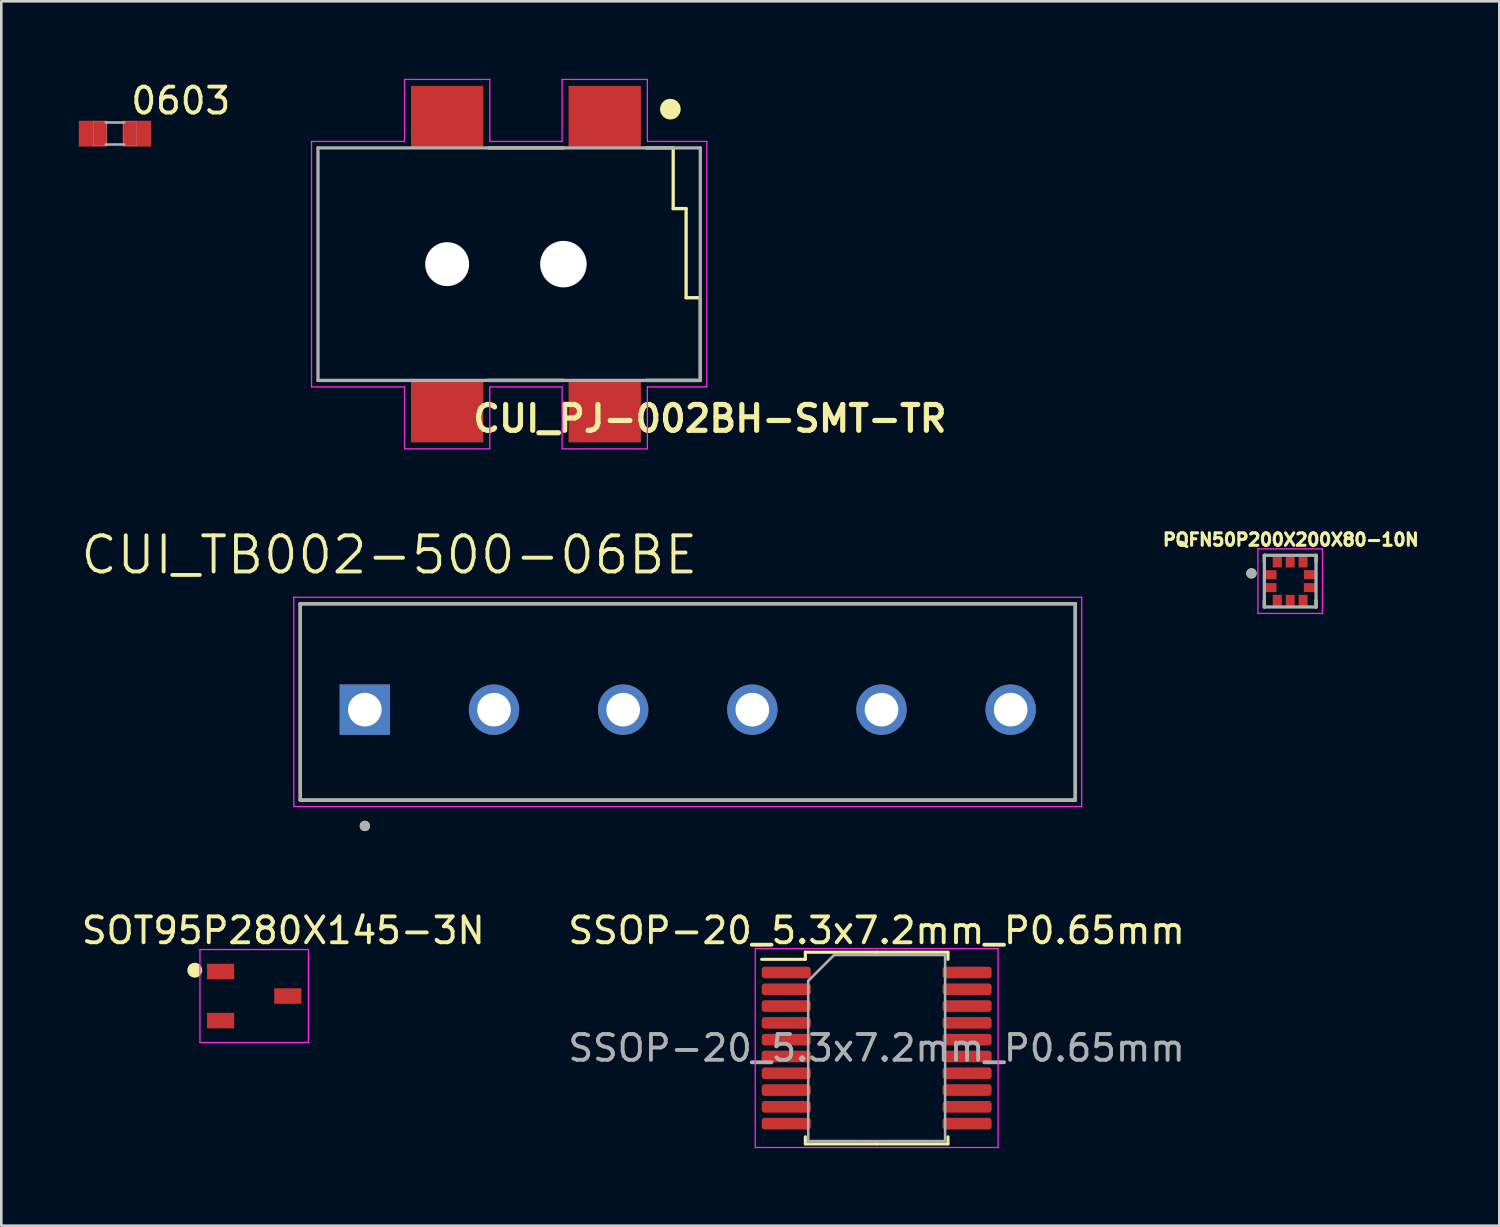
<source format=kicad_pcb>
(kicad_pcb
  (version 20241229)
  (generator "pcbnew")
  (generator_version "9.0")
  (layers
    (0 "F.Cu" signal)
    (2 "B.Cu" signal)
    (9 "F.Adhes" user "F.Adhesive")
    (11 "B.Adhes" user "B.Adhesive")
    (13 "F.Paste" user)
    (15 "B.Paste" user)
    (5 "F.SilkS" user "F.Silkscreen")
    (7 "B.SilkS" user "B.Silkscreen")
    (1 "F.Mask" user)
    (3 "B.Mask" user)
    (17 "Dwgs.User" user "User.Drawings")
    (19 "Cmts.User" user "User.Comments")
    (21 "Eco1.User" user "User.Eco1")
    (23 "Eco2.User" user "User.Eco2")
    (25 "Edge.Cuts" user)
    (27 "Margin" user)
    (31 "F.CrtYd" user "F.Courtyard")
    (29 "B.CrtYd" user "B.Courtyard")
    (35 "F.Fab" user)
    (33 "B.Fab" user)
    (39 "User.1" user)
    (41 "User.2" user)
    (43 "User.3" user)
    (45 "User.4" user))
  (footprint "CUI_TB002-500-06BE"
    (layer "F.Cu")
    (at 11.073 24.421)
    (property "Reference" "CUI_TB002-500-06BE" (at 0.945 -5.989 0) (layer "F.SilkS") (effects (font (size 1.4 1.4) (thickness 0.15))))
    (attr through_hole)
    (fp_line (start -2.5 -4.1) (end 27.5 -4.1) (stroke (width 0.127) (type solid)) (layer "F.SilkS"))
    (fp_line (start -2.5 3.5) (end -2.5 -4.1) (stroke (width 0.127) (type solid)) (layer "F.SilkS"))
    (fp_line (start 27.5 -4.1) (end 27.5 3.5) (stroke (width 0.127) (type solid)) (layer "F.SilkS"))
    (fp_line (start 27.5 3.5) (end -2.5 3.5) (stroke (width 0.127) (type solid)) (layer "F.SilkS"))
    (fp_circle (center 0 4.5) (end 0.1 4.5) (stroke (width 0.2) (type solid)) (fill no) (layer "F.SilkS"))
    (fp_line (start -2.75 -4.35) (end 27.75 -4.35) (stroke (width 0.05) (type solid)) (layer "F.CrtYd"))
    (fp_line (start -2.75 3.75) (end -2.75 -4.35) (stroke (width 0.05) (type solid)) (layer "F.CrtYd"))
    (fp_line (start 27.75 -4.35) (end 27.75 3.75) (stroke (width 0.05) (type solid)) (layer "F.CrtYd"))
    (fp_line (start 27.75 3.75) (end -2.75 3.75) (stroke (width 0.05) (type solid)) (layer "F.CrtYd"))
    (fp_line (start -2.5 -4.1) (end 27.5 -4.1) (stroke (width 0.127) (type solid)) (layer "F.Fab"))
    (fp_line (start -2.5 3.5) (end -2.5 -4.1) (stroke (width 0.127) (type solid)) (layer "F.Fab"))
    (fp_line (start 27.5 -4.1) (end 27.5 3.5) (stroke (width 0.127) (type solid)) (layer "F.Fab"))
    (fp_line (start 27.5 3.5) (end -2.5 3.5) (stroke (width 0.127) (type solid)) (layer "F.Fab"))
    (fp_circle (center 0 4.5) (end 0.1 4.5) (stroke (width 0.2) (type solid)) (fill no) (layer "F.Fab"))
    (pad "1" thru_hole rect (at 0 0) (size 1.95 1.95) (drill 1.3) (layers "*.Cu" "*.Mask"))
    (pad "2" thru_hole circle (at 5 0) (size 1.95 1.95) (drill 1.3) (layers "*.Cu" "*.Mask"))
    (pad "3" thru_hole circle (at 10 0) (size 1.95 1.95) (drill 1.3) (layers "*.Cu" "*.Mask"))
    (pad "4" thru_hole circle (at 15 0) (size 1.95 1.95) (drill 1.3) (layers "*.Cu" "*.Mask"))
    (pad "5" thru_hole circle (at 20 0) (size 1.95 1.95) (drill 1.3) (layers "*.Cu" "*.Mask"))
    (pad "6" thru_hole circle (at 25 0) (size 1.95 1.95) (drill 1.3) (layers "*.Cu" "*.Mask")))
  (footprint "SOT95P280X145-3N"
    (layer "F.Cu")
    (at 6.79 35.506)
    (property "Reference" "SOT95P280X145-3N" (at 1.126 -2.537 0) (layer "F.SilkS") (effects (font (size 1.001 1.001) (thickness 0.15))))
    (attr through_hole)
    (fp_circle (center -2.4 -1) (end -2.3 -1) (stroke (width 0.127) (type solid)) (fill no) (layer "F.SilkS"))
    (fp_circle (center -2.3 -1) (end -2.2 -1) (stroke (width 0.127) (type solid)) (fill no) (layer "F.SilkS"))
    (fp_circle (center -2.3 -1) (end -2.159 -1) (stroke (width 0.127) (type solid)) (fill no) (layer "F.SilkS"))
    (fp_circle (center -2.3 -1) (end -2.076 -1) (stroke (width 0.127) (type solid)) (fill no) (layer "F.SilkS"))
    (fp_line (start -2.1 -1.8) (end 2.1 -1.8) (stroke (width 0.05) (type solid)) (layer "F.CrtYd"))
    (fp_line (start -2.1 1.8) (end -2.1 -1.8) (stroke (width 0.05) (type solid)) (layer "F.CrtYd"))
    (fp_line (start 2.1 -1.8) (end 2.1 1.8) (stroke (width 0.05) (type solid)) (layer "F.CrtYd"))
    (fp_line (start 2.1 1.8) (end -2.1 1.8) (stroke (width 0.05) (type solid)) (layer "F.CrtYd"))
    (pad "1" smd rect (at -1.3 -0.95) (size 1.05 0.6) (layers "F.Cu" "F.Mask" "F.Paste"))
    (pad "2" smd rect (at -1.3 0.95) (size 1.05 0.6) (layers "F.Cu" "F.Mask" "F.Paste"))
    (pad "3" smd rect (at 1.3 0) (size 1.05 0.6) (layers "F.Cu" "F.Mask" "F.Paste")))
  (footprint "PQFN50P200X200X80-10N"
    (layer "F.Cu")
    (at 46.893 19.446)
    (property "Reference" "PQFN50P200X200X80-10N" (at 0.024 -1.605 0) (layer "F.SilkS") (effects (font (size 0.48 0.48) (thickness 0.12))))
    (attr smd)
    (fp_line (start -1 -0.75) (end -1 -1) (stroke (width 0.127) (type solid)) (layer "F.SilkS"))
    (fp_line (start -1 1) (end -1 0.75) (stroke (width 0.127) (type solid)) (layer "F.SilkS"))
    (fp_line (start 1 -1) (end 1 -0.75) (stroke (width 0.127) (type solid)) (layer "F.SilkS"))
    (fp_line (start 1 1) (end 1 0.75) (stroke (width 0.127) (type solid)) (layer "F.SilkS"))
    (fp_circle (center -1.5 -0.3) (end -1.4 -0.3) (stroke (width 0.2) (type solid)) (fill no) (layer "F.SilkS"))
    (fp_line (start -1.25 -1.25) (end 1.25 -1.25) (stroke (width 0.05) (type solid)) (layer "F.CrtYd"))
    (fp_line (start -1.25 1.25) (end -1.25 -1.25) (stroke (width 0.05) (type solid)) (layer "F.CrtYd"))
    (fp_line (start 1.25 -1.25) (end 1.25 1.25) (stroke (width 0.05) (type solid)) (layer "F.CrtYd"))
    (fp_line (start 1.25 1.25) (end -1.25 1.25) (stroke (width 0.05) (type solid)) (layer "F.CrtYd"))
    (fp_line (start -1 -1) (end 1 -1) (stroke (width 0.127) (type solid)) (layer "F.Fab"))
    (fp_line (start -1 1) (end -1 -1) (stroke (width 0.127) (type solid)) (layer "F.Fab"))
    (fp_line (start 1 -1) (end 1 1) (stroke (width 0.127) (type solid)) (layer "F.Fab"))
    (fp_line (start 1 1) (end -1 1) (stroke (width 0.127) (type solid)) (layer "F.Fab"))
    (fp_circle (center -1.5 -0.3) (end -1.4 -0.3) (stroke (width 0.2) (type solid)) (fill no) (layer "F.Fab"))
    (pad "1" smd rect (at -0.745 -0.25) (size 0.43 0.35) (layers "F.Cu" "F.Mask" "F.Paste"))
    (pad "2" smd rect (at -0.745 0.25) (size 0.43 0.35) (layers "F.Cu" "F.Mask" "F.Paste"))
    (pad "3" smd rect (at -0.5 0.745) (size 0.35 0.43) (layers "F.Cu" "F.Mask" "F.Paste"))
    (pad "4" smd rect (at 0 0.745) (size 0.35 0.43) (layers "F.Cu" "F.Mask" "F.Paste"))
    (pad "5" smd rect (at 0.5 0.745) (size 0.35 0.43) (layers "F.Cu" "F.Mask" "F.Paste"))
    (pad "6" smd rect (at 0.745 0.25) (size 0.43 0.35) (layers "F.Cu" "F.Mask" "F.Paste"))
    (pad "7" smd rect (at 0.745 -0.25) (size 0.43 0.35) (layers "F.Cu" "F.Mask" "F.Paste"))
    (pad "8" smd rect (at 0.5 -0.745) (size 0.35 0.43) (layers "F.Cu" "F.Mask" "F.Paste"))
    (pad "9" smd rect (at 0 -0.745) (size 0.35 0.43) (layers "F.Cu" "F.Mask" "F.Paste"))
    (pad "10" smd rect (at -0.5 -0.745) (size 0.35 0.43) (layers "F.Cu" "F.Mask" "F.Paste")))
  (footprint "CUI_PJ-002BH-SMT-TR"
    (layer "F.Cu")
    (at 20.359 1.475)
    (property "Reference" "CUI_PJ-002BH-SMT-TR" (at 4.07 11.68 0) (layer "F.SilkS") (effects (font (size 1 1) (thickness 0.2))))
    (attr smd)
    (fp_line (start -4.5 10.2) (end -1.6 10.2) (stroke (width 0.127) (type solid)) (layer "F.SilkS"))
    (fp_line (start -1.6 1.2) (end -4.5 1.2) (stroke (width 0.127) (type solid)) (layer "F.SilkS"))
    (fp_line (start 1.6 10.2) (end 3.7 10.2) (stroke (width 0.127) (type solid)) (layer "F.SilkS"))
    (fp_line (start 2.65 1.2) (end 1.6 1.2) (stroke (width 0.127) (type solid)) (layer "F.SilkS"))
    (fp_line (start 2.65 3.55) (end 2.65 1.2) (stroke (width 0.127) (type solid)) (layer "F.SilkS"))
    (fp_line (start 3.15 3.55) (end 2.65 3.55) (stroke (width 0.127) (type solid)) (layer "F.SilkS"))
    (fp_line (start 3.15 7) (end 3.15 3.55) (stroke (width 0.127) (type solid)) (layer "F.SilkS"))
    (fp_line (start 3.7 7) (end 3.15 7) (stroke (width 0.127) (type solid)) (layer "F.SilkS"))
    (fp_line (start 3.7 10.2) (end 3.7 7) (stroke (width 0.127) (type solid)) (layer "F.SilkS"))
    (fp_circle (center 2.54 -0.3) (end 2.74 -0.3) (stroke (width 0.4) (type solid)) (fill no) (layer "F.SilkS"))
    (fp_line (start -11.35 0.95) (end -7.75 0.95) (stroke (width 0.05) (type solid)) (layer "F.CrtYd"))
    (fp_line (start -11.35 10.45) (end -11.35 0.95) (stroke (width 0.05) (type solid)) (layer "F.CrtYd"))
    (fp_line (start -7.75 -1.45) (end -4.45 -1.45) (stroke (width 0.05) (type solid)) (layer "F.CrtYd"))
    (fp_line (start -7.75 0.95) (end -7.75 -1.45) (stroke (width 0.05) (type solid)) (layer "F.CrtYd"))
    (fp_line (start -7.75 10.45) (end -11.35 10.45) (stroke (width 0.05) (type solid)) (layer "F.CrtYd"))
    (fp_line (start -7.75 12.85) (end -7.75 10.45) (stroke (width 0.05) (type solid)) (layer "F.CrtYd"))
    (fp_line (start -4.45 -1.45) (end -4.45 0.95) (stroke (width 0.05) (type solid)) (layer "F.CrtYd"))
    (fp_line (start -4.45 0.95) (end -1.65 0.95) (stroke (width 0.05) (type solid)) (layer "F.CrtYd"))
    (fp_line (start -4.45 10.45) (end -4.45 12.85) (stroke (width 0.05) (type solid)) (layer "F.CrtYd"))
    (fp_line (start -4.45 12.85) (end -7.75 12.85) (stroke (width 0.05) (type solid)) (layer "F.CrtYd"))
    (fp_line (start -1.65 -1.45) (end 1.65 -1.45) (stroke (width 0.05) (type solid)) (layer "F.CrtYd"))
    (fp_line (start -1.65 0.95) (end -1.65 -1.45) (stroke (width 0.05) (type solid)) (layer "F.CrtYd"))
    (fp_line (start -1.65 10.45) (end -4.45 10.45) (stroke (width 0.05) (type solid)) (layer "F.CrtYd"))
    (fp_line (start -1.65 12.85) (end -1.65 10.45) (stroke (width 0.05) (type solid)) (layer "F.CrtYd"))
    (fp_line (start 1.65 -1.45) (end 1.65 0.95) (stroke (width 0.05) (type solid)) (layer "F.CrtYd"))
    (fp_line (start 1.65 0.95) (end 3.95 0.95) (stroke (width 0.05) (type solid)) (layer "F.CrtYd"))
    (fp_line (start 1.65 10.45) (end 1.65 12.85) (stroke (width 0.05) (type solid)) (layer "F.CrtYd"))
    (fp_line (start 1.65 12.85) (end -1.65 12.85) (stroke (width 0.05) (type solid)) (layer "F.CrtYd"))
    (fp_line (start 3.95 0.95) (end 3.95 10.45) (stroke (width 0.05) (type solid)) (layer "F.CrtYd"))
    (fp_line (start 3.95 10.45) (end 1.65 10.45) (stroke (width 0.05) (type solid)) (layer "F.CrtYd"))
    (fp_line (start -11.1 1.2) (end -11.1 10.2) (stroke (width 0.127) (type solid)) (layer "F.Fab"))
    (fp_line (start -11.1 10.2) (end 3.7 10.2) (stroke (width 0.127) (type solid)) (layer "F.Fab"))
    (fp_line (start 3.7 1.2) (end -11.1 1.2) (stroke (width 0.127) (type solid)) (layer "F.Fab"))
    (fp_line (start 3.7 10.2) (end 3.7 1.2) (stroke (width 0.127) (type solid)) (layer "F.Fab"))
    (pad "" np_thru_hole circle (at -6.1 5.7) (size 1.7 1.7) (drill 1.7) (layers "*.Cu" "*.Mask"))
    (pad "" np_thru_hole circle (at -1.6 5.7) (size 1.8 1.8) (drill 1.8) (layers "*.Cu" "*.Mask"))
    (pad "1A" smd rect (at 0 0) (size 2.8 2.4) (layers "F.Cu" "F.Mask" "F.Paste"))
    (pad "1B" smd rect (at -6.1 0) (size 2.8 2.4) (layers "F.Cu" "F.Mask" "F.Paste"))
    (pad "2" smd rect (at -6.1 11.4) (size 2.8 2.4) (layers "F.Cu" "F.Mask" "F.Paste"))
    (pad "3" smd rect (at 0 11.4) (size 2.8 2.4) (layers "F.Cu" "F.Mask" "F.Paste")))
  (footprint "SSOP-20_5.3x7.2mm_P0.65mm"
    (layer "F.Cu")
    (at 30.885 37.52)
    (property "Reference" "SSOP-20_5.3x7.2mm_P0.65mm" (at 0 -4.55 0) (layer "F.SilkS") (effects (font (size 1 1) (thickness 0.15))))
    (attr smd)
    (fp_line (start -2.76 -3.71) (end -2.76 -3.435) (stroke (width 0.12) (type solid)) (layer "F.SilkS"))
    (fp_line (start -2.76 -3.435) (end -4.45 -3.435) (stroke (width 0.12) (type solid)) (layer "F.SilkS"))
    (fp_line (start -2.76 3.71) (end -2.76 3.435) (stroke (width 0.12) (type solid)) (layer "F.SilkS"))
    (fp_line (start 0 -3.71) (end -2.76 -3.71) (stroke (width 0.12) (type solid)) (layer "F.SilkS"))
    (fp_line (start 0 -3.71) (end 2.76 -3.71) (stroke (width 0.12) (type solid)) (layer "F.SilkS"))
    (fp_line (start 0 3.71) (end -2.76 3.71) (stroke (width 0.12) (type solid)) (layer "F.SilkS"))
    (fp_line (start 0 3.71) (end 2.76 3.71) (stroke (width 0.12) (type solid)) (layer "F.SilkS"))
    (fp_line (start 2.76 -3.71) (end 2.76 -3.435) (stroke (width 0.12) (type solid)) (layer "F.SilkS"))
    (fp_line (start 2.76 3.71) (end 2.76 3.435) (stroke (width 0.12) (type solid)) (layer "F.SilkS"))
    (fp_line (start -4.7 -3.85) (end -4.7 3.85) (stroke (width 0.05) (type solid)) (layer "F.CrtYd"))
    (fp_line (start -4.7 3.85) (end 4.7 3.85) (stroke (width 0.05) (type solid)) (layer "F.CrtYd"))
    (fp_line (start 4.7 -3.85) (end -4.7 -3.85) (stroke (width 0.05) (type solid)) (layer "F.CrtYd"))
    (fp_line (start 4.7 3.85) (end 4.7 -3.85) (stroke (width 0.05) (type solid)) (layer "F.CrtYd"))
    (fp_line (start -2.65 -2.6) (end -1.65 -3.6) (stroke (width 0.1) (type solid)) (layer "F.Fab"))
    (fp_line (start -2.65 3.6) (end -2.65 -2.6) (stroke (width 0.1) (type solid)) (layer "F.Fab"))
    (fp_line (start -1.65 -3.6) (end 2.65 -3.6) (stroke (width 0.1) (type solid)) (layer "F.Fab"))
    (fp_line (start 2.65 -3.6) (end 2.65 3.6) (stroke (width 0.1) (type solid)) (layer "F.Fab"))
    (fp_line (start 2.65 3.6) (end -2.65 3.6) (stroke (width 0.1) (type solid)) (layer "F.Fab"))
    (fp_text user "${REFERENCE}" (at 0 0 0) (layer "F.Fab") (effects (font (size 1 1) (thickness 0.15))))
    (pad "1" smd roundrect (at -3.5 -2.925) (size 1.9 0.45) (layers "F.Cu" "F.Mask" "F.Paste") (roundrect_rratio 0.25))
    (pad "2" smd roundrect (at -3.5 -2.275) (size 1.9 0.45) (layers "F.Cu" "F.Mask" "F.Paste") (roundrect_rratio 0.25))
    (pad "3" smd roundrect (at -3.5 -1.625) (size 1.9 0.45) (layers "F.Cu" "F.Mask" "F.Paste") (roundrect_rratio 0.25))
    (pad "4" smd roundrect (at -3.5 -0.975) (size 1.9 0.45) (layers "F.Cu" "F.Mask" "F.Paste") (roundrect_rratio 0.25))
    (pad "5" smd roundrect (at -3.5 -0.325) (size 1.9 0.45) (layers "F.Cu" "F.Mask" "F.Paste") (roundrect_rratio 0.25))
    (pad "6" smd roundrect (at -3.5 0.325) (size 1.9 0.45) (layers "F.Cu" "F.Mask" "F.Paste") (roundrect_rratio 0.25))
    (pad "7" smd roundrect (at -3.5 0.975) (size 1.9 0.45) (layers "F.Cu" "F.Mask" "F.Paste") (roundrect_rratio 0.25))
    (pad "8" smd roundrect (at -3.5 1.625) (size 1.9 0.45) (layers "F.Cu" "F.Mask" "F.Paste") (roundrect_rratio 0.25))
    (pad "9" smd roundrect (at -3.5 2.275) (size 1.9 0.45) (layers "F.Cu" "F.Mask" "F.Paste") (roundrect_rratio 0.25))
    (pad "10" smd roundrect (at -3.5 2.925) (size 1.9 0.45) (layers "F.Cu" "F.Mask" "F.Paste") (roundrect_rratio 0.25))
    (pad "11" smd roundrect (at 3.5 2.925) (size 1.9 0.45) (layers "F.Cu" "F.Mask" "F.Paste") (roundrect_rratio 0.25))
    (pad "12" smd roundrect (at 3.5 2.275) (size 1.9 0.45) (layers "F.Cu" "F.Mask" "F.Paste") (roundrect_rratio 0.25))
    (pad "13" smd roundrect (at 3.5 1.625) (size 1.9 0.45) (layers "F.Cu" "F.Mask" "F.Paste") (roundrect_rratio 0.25))
    (pad "14" smd roundrect (at 3.5 0.975) (size 1.9 0.45) (layers "F.Cu" "F.Mask" "F.Paste") (roundrect_rratio 0.25))
    (pad "15" smd roundrect (at 3.5 0.325) (size 1.9 0.45) (layers "F.Cu" "F.Mask" "F.Paste") (roundrect_rratio 0.25))
    (pad "16" smd roundrect (at 3.5 -0.325) (size 1.9 0.45) (layers "F.Cu" "F.Mask" "F.Paste") (roundrect_rratio 0.25))
    (pad "17" smd roundrect (at 3.5 -0.975) (size 1.9 0.45) (layers "F.Cu" "F.Mask" "F.Paste") (roundrect_rratio 0.25))
    (pad "18" smd roundrect (at 3.5 -1.625) (size 1.9 0.45) (layers "F.Cu" "F.Mask" "F.Paste") (roundrect_rratio 0.25))
    (pad "19" smd roundrect (at 3.5 -2.275) (size 1.9 0.45) (layers "F.Cu" "F.Mask" "F.Paste") (roundrect_rratio 0.25))
    (pad "20" smd roundrect (at 3.5 -2.925) (size 1.9 0.45) (layers "F.Cu" "F.Mask" "F.Paste") (roundrect_rratio 0.25)))
  (footprint "0603"
    (layer "F.Cu")
    (at 1.4 2.124)
    (property "Reference" "0603" (at 2.548 -1.274 0) (layer "F.SilkS") (effects (font (size 1.003 1.003) (thickness 0.15))))
    (attr through_hole)
    (fp_line (start -0.356 -0.432) (end 0.356 -0.432) (stroke (width 0.102) (type solid)) (layer "F.Fab"))
    (fp_line (start -0.356 0.419) (end 0.356 0.419) (stroke (width 0.102) (type solid)) (layer "F.Fab"))
    (fp_poly (pts (xy -0.839 -0.48) (xy -0.338 -0.48) (xy -0.338 0.47) (xy -0.839 0.47)) (stroke (width 0.01) (type solid)) (fill no) (layer "F.Fab"))
    (fp_poly (pts (xy 0.331 -0.48) (xy 0.83 -0.48) (xy 0.83 0.471) (xy 0.331 0.471)) (stroke (width 0.01) (type solid)) (fill no) (layer "F.Fab"))
    (pad "1" smd rect (at -0.85 0) (size 1.1 1) (layers "F.Cu" "F.Mask" "F.Paste"))
    (pad "2" smd rect (at 0.85 0) (size 1.1 1) (layers "F.Cu" "F.Mask" "F.Paste")))
  (gr_rect
    (start -3 -3)
    (end 54.987 44.395)
    (stroke (width 0.1) (type default))
    (fill no)
    (layer "Edge.Cuts")))
</source>
